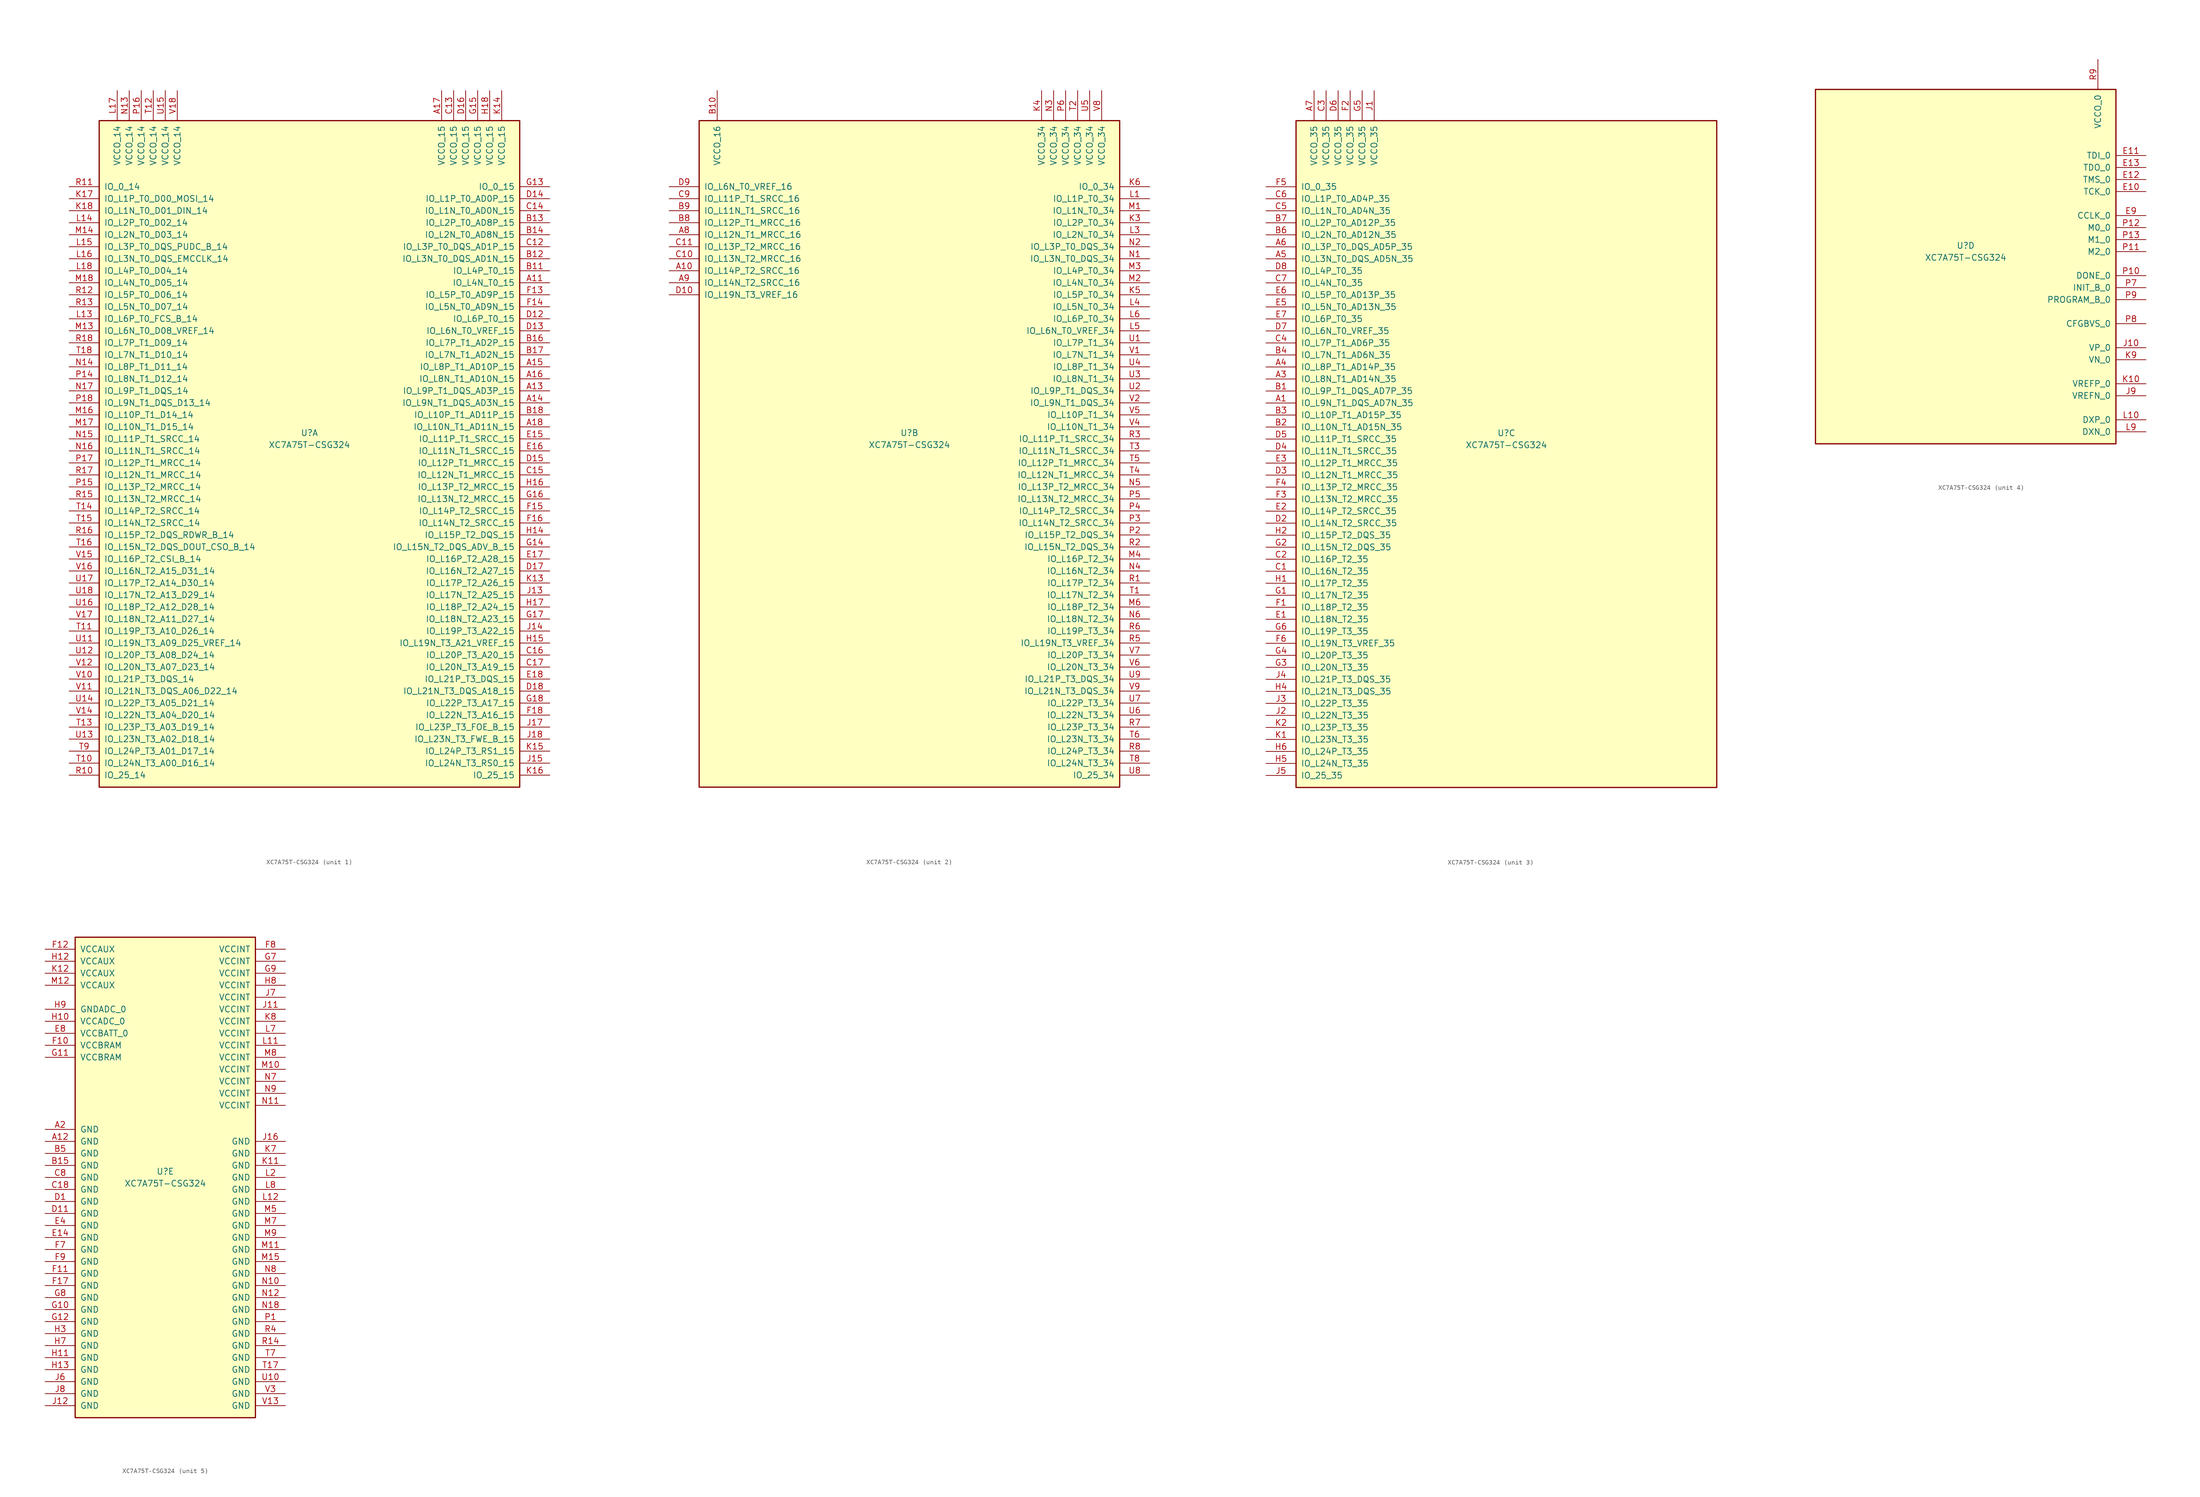
<source format=kicad_sym>
(kicad_symbol_lib
  (version 20201005)
  (generator kicad_symbol_editor)
  (symbol "XC7A75T-CSG324"
    (pin_names
      (offset 1.016))
    (property "Reference" "U"
      (at 0 1.27 0)
      (effects (font (size 1.27 1.27))))
    (property "Value" "XC7A75T-CSG324"
      (at 0 -1.27 0)
      (effects (font (size 1.27 1.27))))
    (property "Datasheet" ""
      (at 0 0 0)
      (effects (font (size 1.27 1.27))))
    (property "ki_locked" ""
      (at 0 0 0)
      (effects (font (size 1.27 1.27))))
    (symbol "XC7A75T-CSG324_1_1"
      (rectangle (start -44.45 67.31) (end 44.45 -73.66) (stroke (width 0.254)) (fill (type background)))
      (pin power_in line (at -40.64 73.66 270) (length 6.35) (name "VCCO_14" (effects (font (size 1.27 1.27)))) (number "L17" (effects (font (size 1.27 1.27)))))
      (pin power_in line (at -38.1 73.66 270) (length 6.35) (name "VCCO_14" (effects (font (size 1.27 1.27)))) (number "N13" (effects (font (size 1.27 1.27)))))
      (pin power_in line (at -35.56 73.66 270) (length 6.35) (name "VCCO_14" (effects (font (size 1.27 1.27)))) (number "P16" (effects (font (size 1.27 1.27)))))
      (pin power_in line (at -33.02 73.66 270) (length 6.35) (name "VCCO_14" (effects (font (size 1.27 1.27)))) (number "T12" (effects (font (size 1.27 1.27)))))
      (pin power_in line (at -30.48 73.66 270) (length 6.35) (name "VCCO_14" (effects (font (size 1.27 1.27)))) (number "U15" (effects (font (size 1.27 1.27)))))
      (pin power_in line (at -27.94 73.66 270) (length 6.35) (name "VCCO_14" (effects (font (size 1.27 1.27)))) (number "V18" (effects (font (size 1.27 1.27)))))
      (pin bidirectional line (at -50.8 53.34 0) (length 6.35) (name "IO_0_14" (effects (font (size 1.27 1.27)))) (number "R11" (effects (font (size 1.27 1.27)))))
      (pin bidirectional line (at -50.8 50.8 0) (length 6.35) (name "IO_L1P_T0_D00_MOSI_14" (effects (font (size 1.27 1.27)))) (number "K17" (effects (font (size 1.27 1.27)))))
      (pin bidirectional line (at -50.8 48.26 0) (length 6.35) (name "IO_L1N_T0_D01_DIN_14" (effects (font (size 1.27 1.27)))) (number "K18" (effects (font (size 1.27 1.27)))))
      (pin bidirectional line (at -50.8 45.72 0) (length 6.35) (name "IO_L2P_T0_D02_14" (effects (font (size 1.27 1.27)))) (number "L14" (effects (font (size 1.27 1.27)))))
      (pin bidirectional line (at -50.8 43.18 0) (length 6.35) (name "IO_L2N_T0_D03_14" (effects (font (size 1.27 1.27)))) (number "M14" (effects (font (size 1.27 1.27)))))
      (pin bidirectional line (at -50.8 40.64 0) (length 6.35) (name "IO_L3P_T0_DQS_PUDC_B_14" (effects (font (size 1.27 1.27)))) (number "L15" (effects (font (size 1.27 1.27)))))
      (pin bidirectional line (at -50.8 38.1 0) (length 6.35) (name "IO_L3N_T0_DQS_EMCCLK_14" (effects (font (size 1.27 1.27)))) (number "L16" (effects (font (size 1.27 1.27)))))
      (pin bidirectional line (at -50.8 35.56 0) (length 6.35) (name "IO_L4P_T0_D04_14" (effects (font (size 1.27 1.27)))) (number "L18" (effects (font (size 1.27 1.27)))))
      (pin bidirectional line (at -50.8 33.02 0) (length 6.35) (name "IO_L4N_T0_D05_14" (effects (font (size 1.27 1.27)))) (number "M18" (effects (font (size 1.27 1.27)))))
      (pin bidirectional line (at -50.8 30.48 0) (length 6.35) (name "IO_L5P_T0_D06_14" (effects (font (size 1.27 1.27)))) (number "R12" (effects (font (size 1.27 1.27)))))
      (pin bidirectional line (at -50.8 27.94 0) (length 6.35) (name "IO_L5N_T0_D07_14" (effects (font (size 1.27 1.27)))) (number "R13" (effects (font (size 1.27 1.27)))))
      (pin bidirectional line (at -50.8 25.4 0) (length 6.35) (name "IO_L6P_T0_FCS_B_14" (effects (font (size 1.27 1.27)))) (number "L13" (effects (font (size 1.27 1.27)))))
      (pin bidirectional line (at -50.8 22.86 0) (length 6.35) (name "IO_L6N_T0_D08_VREF_14" (effects (font (size 1.27 1.27)))) (number "M13" (effects (font (size 1.27 1.27)))))
      (pin bidirectional line (at -50.8 20.32 0) (length 6.35) (name "IO_L7P_T1_D09_14" (effects (font (size 1.27 1.27)))) (number "R18" (effects (font (size 1.27 1.27)))))
      (pin bidirectional line (at -50.8 17.78 0) (length 6.35) (name "IO_L7N_T1_D10_14" (effects (font (size 1.27 1.27)))) (number "T18" (effects (font (size 1.27 1.27)))))
      (pin bidirectional line (at -50.8 15.24 0) (length 6.35) (name "IO_L8P_T1_D11_14" (effects (font (size 1.27 1.27)))) (number "N14" (effects (font (size 1.27 1.27)))))
      (pin bidirectional line (at -50.8 12.7 0) (length 6.35) (name "IO_L8N_T1_D12_14" (effects (font (size 1.27 1.27)))) (number "P14" (effects (font (size 1.27 1.27)))))
      (pin bidirectional line (at -50.8 10.16 0) (length 6.35) (name "IO_L9P_T1_DQS_14" (effects (font (size 1.27 1.27)))) (number "N17" (effects (font (size 1.27 1.27)))))
      (pin bidirectional line (at -50.8 7.62 0) (length 6.35) (name "IO_L9N_T1_DQS_D13_14" (effects (font (size 1.27 1.27)))) (number "P18" (effects (font (size 1.27 1.27)))))
      (pin bidirectional line (at -50.8 5.08 0) (length 6.35) (name "IO_L10P_T1_D14_14" (effects (font (size 1.27 1.27)))) (number "M16" (effects (font (size 1.27 1.27)))))
      (pin bidirectional line (at -50.8 2.54 0) (length 6.35) (name "IO_L10N_T1_D15_14" (effects (font (size 1.27 1.27)))) (number "M17" (effects (font (size 1.27 1.27)))))
      (pin bidirectional line (at -50.8 0 0) (length 6.35) (name "IO_L11P_T1_SRCC_14" (effects (font (size 1.27 1.27)))) (number "N15" (effects (font (size 1.27 1.27)))))
      (pin bidirectional line (at -50.8 -2.54 0) (length 6.35) (name "IO_L11N_T1_SRCC_14" (effects (font (size 1.27 1.27)))) (number "N16" (effects (font (size 1.27 1.27)))))
      (pin bidirectional line (at -50.8 -5.08 0) (length 6.35) (name "IO_L12P_T1_MRCC_14" (effects (font (size 1.27 1.27)))) (number "P17" (effects (font (size 1.27 1.27)))))
      (pin bidirectional line (at -50.8 -7.62 0) (length 6.35) (name "IO_L12N_T1_MRCC_14" (effects (font (size 1.27 1.27)))) (number "R17" (effects (font (size 1.27 1.27)))))
      (pin bidirectional line (at -50.8 -10.16 0) (length 6.35) (name "IO_L13P_T2_MRCC_14" (effects (font (size 1.27 1.27)))) (number "P15" (effects (font (size 1.27 1.27)))))
      (pin bidirectional line (at -50.8 -12.7 0) (length 6.35) (name "IO_L13N_T2_MRCC_14" (effects (font (size 1.27 1.27)))) (number "R15" (effects (font (size 1.27 1.27)))))
      (pin bidirectional line (at -50.8 -15.24 0) (length 6.35) (name "IO_L14P_T2_SRCC_14" (effects (font (size 1.27 1.27)))) (number "T14" (effects (font (size 1.27 1.27)))))
      (pin bidirectional line (at -50.8 -17.78 0) (length 6.35) (name "IO_L14N_T2_SRCC_14" (effects (font (size 1.27 1.27)))) (number "T15" (effects (font (size 1.27 1.27)))))
      (pin bidirectional line (at -50.8 -20.32 0) (length 6.35) (name "IO_L15P_T2_DQS_RDWR_B_14" (effects (font (size 1.27 1.27)))) (number "R16" (effects (font (size 1.27 1.27)))))
      (pin bidirectional line (at -50.8 -22.86 0) (length 6.35) (name "IO_L15N_T2_DQS_DOUT_CSO_B_14" (effects (font (size 1.27 1.27)))) (number "T16" (effects (font (size 1.27 1.27)))))
      (pin bidirectional line (at -50.8 -25.4 0) (length 6.35) (name "IO_L16P_T2_CSI_B_14" (effects (font (size 1.27 1.27)))) (number "V15" (effects (font (size 1.27 1.27)))))
      (pin bidirectional line (at -50.8 -27.94 0) (length 6.35) (name "IO_L16N_T2_A15_D31_14" (effects (font (size 1.27 1.27)))) (number "V16" (effects (font (size 1.27 1.27)))))
      (pin bidirectional line (at -50.8 -30.48 0) (length 6.35) (name "IO_L17P_T2_A14_D30_14" (effects (font (size 1.27 1.27)))) (number "U17" (effects (font (size 1.27 1.27)))))
      (pin bidirectional line (at -50.8 -33.02 0) (length 6.35) (name "IO_L17N_T2_A13_D29_14" (effects (font (size 1.27 1.27)))) (number "U18" (effects (font (size 1.27 1.27)))))
      (pin bidirectional line (at -50.8 -35.56 0) (length 6.35) (name "IO_L18P_T2_A12_D28_14" (effects (font (size 1.27 1.27)))) (number "U16" (effects (font (size 1.27 1.27)))))
      (pin bidirectional line (at -50.8 -38.1 0) (length 6.35) (name "IO_L18N_T2_A11_D27_14" (effects (font (size 1.27 1.27)))) (number "V17" (effects (font (size 1.27 1.27)))))
      (pin bidirectional line (at -50.8 -40.64 0) (length 6.35) (name "IO_L19P_T3_A10_D26_14" (effects (font (size 1.27 1.27)))) (number "T11" (effects (font (size 1.27 1.27)))))
      (pin bidirectional line (at -50.8 -43.18 0) (length 6.35) (name "IO_L19N_T3_A09_D25_VREF_14" (effects (font (size 1.27 1.27)))) (number "U11" (effects (font (size 1.27 1.27)))))
      (pin bidirectional line (at -50.8 -45.72 0) (length 6.35) (name "IO_L20P_T3_A08_D24_14" (effects (font (size 1.27 1.27)))) (number "U12" (effects (font (size 1.27 1.27)))))
      (pin bidirectional line (at -50.8 -48.26 0) (length 6.35) (name "IO_L20N_T3_A07_D23_14" (effects (font (size 1.27 1.27)))) (number "V12" (effects (font (size 1.27 1.27)))))
      (pin bidirectional line (at -50.8 -50.8 0) (length 6.35) (name "IO_L21P_T3_DQS_14" (effects (font (size 1.27 1.27)))) (number "V10" (effects (font (size 1.27 1.27)))))
      (pin bidirectional line (at -50.8 -53.34 0) (length 6.35) (name "IO_L21N_T3_DQS_A06_D22_14" (effects (font (size 1.27 1.27)))) (number "V11" (effects (font (size 1.27 1.27)))))
      (pin bidirectional line (at -50.8 -55.88 0) (length 6.35) (name "IO_L22P_T3_A05_D21_14" (effects (font (size 1.27 1.27)))) (number "U14" (effects (font (size 1.27 1.27)))))
      (pin bidirectional line (at -50.8 -58.42 0) (length 6.35) (name "IO_L22N_T3_A04_D20_14" (effects (font (size 1.27 1.27)))) (number "V14" (effects (font (size 1.27 1.27)))))
      (pin bidirectional line (at -50.8 -60.96 0) (length 6.35) (name "IO_L23P_T3_A03_D19_14" (effects (font (size 1.27 1.27)))) (number "T13" (effects (font (size 1.27 1.27)))))
      (pin bidirectional line (at -50.8 -63.5 0) (length 6.35) (name "IO_L23N_T3_A02_D18_14" (effects (font (size 1.27 1.27)))) (number "U13" (effects (font (size 1.27 1.27)))))
      (pin bidirectional line (at -50.8 -66.04 0) (length 6.35) (name "IO_L24P_T3_A01_D17_14" (effects (font (size 1.27 1.27)))) (number "T9" (effects (font (size 1.27 1.27)))))
      (pin bidirectional line (at -50.8 -68.58 0) (length 6.35) (name "IO_L24N_T3_A00_D16_14" (effects (font (size 1.27 1.27)))) (number "T10" (effects (font (size 1.27 1.27)))))
      (pin bidirectional line (at -50.8 -71.12 0) (length 6.35) (name "IO_25_14" (effects (font (size 1.27 1.27)))) (number "R10" (effects (font (size 1.27 1.27)))))
      (pin power_in line (at 27.94 73.66 270) (length 6.35) (name "VCCO_15" (effects (font (size 1.27 1.27)))) (number "A17" (effects (font (size 1.27 1.27)))))
      (pin power_in line (at 30.48 73.66 270) (length 6.35) (name "VCCO_15" (effects (font (size 1.27 1.27)))) (number "C13" (effects (font (size 1.27 1.27)))))
      (pin power_in line (at 33.02 73.66 270) (length 6.35) (name "VCCO_15" (effects (font (size 1.27 1.27)))) (number "D16" (effects (font (size 1.27 1.27)))))
      (pin power_in line (at 35.56 73.66 270) (length 6.35) (name "VCCO_15" (effects (font (size 1.27 1.27)))) (number "G15" (effects (font (size 1.27 1.27)))))
      (pin power_in line (at 38.1 73.66 270) (length 6.35) (name "VCCO_15" (effects (font (size 1.27 1.27)))) (number "H18" (effects (font (size 1.27 1.27)))))
      (pin power_in line (at 40.64 73.66 270) (length 6.35) (name "VCCO_15" (effects (font (size 1.27 1.27)))) (number "K14" (effects (font (size 1.27 1.27)))))
      (pin bidirectional line (at 50.8 53.34 180) (length 6.35) (name "IO_0_15" (effects (font (size 1.27 1.27)))) (number "G13" (effects (font (size 1.27 1.27)))))
      (pin bidirectional line (at 50.8 50.8 180) (length 6.35) (name "IO_L1P_T0_AD0P_15" (effects (font (size 1.27 1.27)))) (number "D14" (effects (font (size 1.27 1.27)))))
      (pin bidirectional line (at 50.8 48.26 180) (length 6.35) (name "IO_L1N_T0_AD0N_15" (effects (font (size 1.27 1.27)))) (number "C14" (effects (font (size 1.27 1.27)))))
      (pin bidirectional line (at 50.8 45.72 180) (length 6.35) (name "IO_L2P_T0_AD8P_15" (effects (font (size 1.27 1.27)))) (number "B13" (effects (font (size 1.27 1.27)))))
      (pin bidirectional line (at 50.8 43.18 180) (length 6.35) (name "IO_L2N_T0_AD8N_15" (effects (font (size 1.27 1.27)))) (number "B14" (effects (font (size 1.27 1.27)))))
      (pin bidirectional line (at 50.8 40.64 180) (length 6.35) (name "IO_L3P_T0_DQS_AD1P_15" (effects (font (size 1.27 1.27)))) (number "C12" (effects (font (size 1.27 1.27)))))
      (pin bidirectional line (at 50.8 38.1 180) (length 6.35) (name "IO_L3N_T0_DQS_AD1N_15" (effects (font (size 1.27 1.27)))) (number "B12" (effects (font (size 1.27 1.27)))))
      (pin bidirectional line (at 50.8 35.56 180) (length 6.35) (name "IO_L4P_T0_15" (effects (font (size 1.27 1.27)))) (number "B11" (effects (font (size 1.27 1.27)))))
      (pin bidirectional line (at 50.8 33.02 180) (length 6.35) (name "IO_L4N_T0_15" (effects (font (size 1.27 1.27)))) (number "A11" (effects (font (size 1.27 1.27)))))
      (pin bidirectional line (at 50.8 30.48 180) (length 6.35) (name "IO_L5P_T0_AD9P_15" (effects (font (size 1.27 1.27)))) (number "F13" (effects (font (size 1.27 1.27)))))
      (pin bidirectional line (at 50.8 27.94 180) (length 6.35) (name "IO_L5N_T0_AD9N_15" (effects (font (size 1.27 1.27)))) (number "F14" (effects (font (size 1.27 1.27)))))
      (pin bidirectional line (at 50.8 25.4 180) (length 6.35) (name "IO_L6P_T0_15" (effects (font (size 1.27 1.27)))) (number "D12" (effects (font (size 1.27 1.27)))))
      (pin bidirectional line (at 50.8 22.86 180) (length 6.35) (name "IO_L6N_T0_VREF_15" (effects (font (size 1.27 1.27)))) (number "D13" (effects (font (size 1.27 1.27)))))
      (pin bidirectional line (at 50.8 20.32 180) (length 6.35) (name "IO_L7P_T1_AD2P_15" (effects (font (size 1.27 1.27)))) (number "B16" (effects (font (size 1.27 1.27)))))
      (pin bidirectional line (at 50.8 17.78 180) (length 6.35) (name "IO_L7N_T1_AD2N_15" (effects (font (size 1.27 1.27)))) (number "B17" (effects (font (size 1.27 1.27)))))
      (pin bidirectional line (at 50.8 15.24 180) (length 6.35) (name "IO_L8P_T1_AD10P_15" (effects (font (size 1.27 1.27)))) (number "A15" (effects (font (size 1.27 1.27)))))
      (pin bidirectional line (at 50.8 12.7 180) (length 6.35) (name "IO_L8N_T1_AD10N_15" (effects (font (size 1.27 1.27)))) (number "A16" (effects (font (size 1.27 1.27)))))
      (pin bidirectional line (at 50.8 10.16 180) (length 6.35) (name "IO_L9P_T1_DQS_AD3P_15" (effects (font (size 1.27 1.27)))) (number "A13" (effects (font (size 1.27 1.27)))))
      (pin bidirectional line (at 50.8 7.62 180) (length 6.35) (name "IO_L9N_T1_DQS_AD3N_15" (effects (font (size 1.27 1.27)))) (number "A14" (effects (font (size 1.27 1.27)))))
      (pin bidirectional line (at 50.8 5.08 180) (length 6.35) (name "IO_L10P_T1_AD11P_15" (effects (font (size 1.27 1.27)))) (number "B18" (effects (font (size 1.27 1.27)))))
      (pin bidirectional line (at 50.8 2.54 180) (length 6.35) (name "IO_L10N_T1_AD11N_15" (effects (font (size 1.27 1.27)))) (number "A18" (effects (font (size 1.27 1.27)))))
      (pin bidirectional line (at 50.8 0 180) (length 6.35) (name "IO_L11P_T1_SRCC_15" (effects (font (size 1.27 1.27)))) (number "E15" (effects (font (size 1.27 1.27)))))
      (pin bidirectional line (at 50.8 -2.54 180) (length 6.35) (name "IO_L11N_T1_SRCC_15" (effects (font (size 1.27 1.27)))) (number "E16" (effects (font (size 1.27 1.27)))))
      (pin bidirectional line (at 50.8 -5.08 180) (length 6.35) (name "IO_L12P_T1_MRCC_15" (effects (font (size 1.27 1.27)))) (number "D15" (effects (font (size 1.27 1.27)))))
      (pin bidirectional line (at 50.8 -7.62 180) (length 6.35) (name "IO_L12N_T1_MRCC_15" (effects (font (size 1.27 1.27)))) (number "C15" (effects (font (size 1.27 1.27)))))
      (pin bidirectional line (at 50.8 -10.16 180) (length 6.35) (name "IO_L13P_T2_MRCC_15" (effects (font (size 1.27 1.27)))) (number "H16" (effects (font (size 1.27 1.27)))))
      (pin bidirectional line (at 50.8 -12.7 180) (length 6.35) (name "IO_L13N_T2_MRCC_15" (effects (font (size 1.27 1.27)))) (number "G16" (effects (font (size 1.27 1.27)))))
      (pin bidirectional line (at 50.8 -15.24 180) (length 6.35) (name "IO_L14P_T2_SRCC_15" (effects (font (size 1.27 1.27)))) (number "F15" (effects (font (size 1.27 1.27)))))
      (pin bidirectional line (at 50.8 -17.78 180) (length 6.35) (name "IO_L14N_T2_SRCC_15" (effects (font (size 1.27 1.27)))) (number "F16" (effects (font (size 1.27 1.27)))))
      (pin bidirectional line (at 50.8 -20.32 180) (length 6.35) (name "IO_L15P_T2_DQS_15" (effects (font (size 1.27 1.27)))) (number "H14" (effects (font (size 1.27 1.27)))))
      (pin bidirectional line (at 50.8 -22.86 180) (length 6.35) (name "IO_L15N_T2_DQS_ADV_B_15" (effects (font (size 1.27 1.27)))) (number "G14" (effects (font (size 1.27 1.27)))))
      (pin bidirectional line (at 50.8 -25.4 180) (length 6.35) (name "IO_L16P_T2_A28_15" (effects (font (size 1.27 1.27)))) (number "E17" (effects (font (size 1.27 1.27)))))
      (pin bidirectional line (at 50.8 -27.94 180) (length 6.35) (name "IO_L16N_T2_A27_15" (effects (font (size 1.27 1.27)))) (number "D17" (effects (font (size 1.27 1.27)))))
      (pin bidirectional line (at 50.8 -30.48 180) (length 6.35) (name "IO_L17P_T2_A26_15" (effects (font (size 1.27 1.27)))) (number "K13" (effects (font (size 1.27 1.27)))))
      (pin bidirectional line (at 50.8 -33.02 180) (length 6.35) (name "IO_L17N_T2_A25_15" (effects (font (size 1.27 1.27)))) (number "J13" (effects (font (size 1.27 1.27)))))
      (pin bidirectional line (at 50.8 -35.56 180) (length 6.35) (name "IO_L18P_T2_A24_15" (effects (font (size 1.27 1.27)))) (number "H17" (effects (font (size 1.27 1.27)))))
      (pin bidirectional line (at 50.8 -38.1 180) (length 6.35) (name "IO_L18N_T2_A23_15" (effects (font (size 1.27 1.27)))) (number "G17" (effects (font (size 1.27 1.27)))))
      (pin bidirectional line (at 50.8 -40.64 180) (length 6.35) (name "IO_L19P_T3_A22_15" (effects (font (size 1.27 1.27)))) (number "J14" (effects (font (size 1.27 1.27)))))
      (pin bidirectional line (at 50.8 -43.18 180) (length 6.35) (name "IO_L19N_T3_A21_VREF_15" (effects (font (size 1.27 1.27)))) (number "H15" (effects (font (size 1.27 1.27)))))
      (pin bidirectional line (at 50.8 -45.72 180) (length 6.35) (name "IO_L20P_T3_A20_15" (effects (font (size 1.27 1.27)))) (number "C16" (effects (font (size 1.27 1.27)))))
      (pin bidirectional line (at 50.8 -48.26 180) (length 6.35) (name "IO_L20N_T3_A19_15" (effects (font (size 1.27 1.27)))) (number "C17" (effects (font (size 1.27 1.27)))))
      (pin bidirectional line (at 50.8 -50.8 180) (length 6.35) (name "IO_L21P_T3_DQS_15" (effects (font (size 1.27 1.27)))) (number "E18" (effects (font (size 1.27 1.27)))))
      (pin bidirectional line (at 50.8 -53.34 180) (length 6.35) (name "IO_L21N_T3_DQS_A18_15" (effects (font (size 1.27 1.27)))) (number "D18" (effects (font (size 1.27 1.27)))))
      (pin bidirectional line (at 50.8 -55.88 180) (length 6.35) (name "IO_L22P_T3_A17_15" (effects (font (size 1.27 1.27)))) (number "G18" (effects (font (size 1.27 1.27)))))
      (pin bidirectional line (at 50.8 -58.42 180) (length 6.35) (name "IO_L22N_T3_A16_15" (effects (font (size 1.27 1.27)))) (number "F18" (effects (font (size 1.27 1.27)))))
      (pin bidirectional line (at 50.8 -60.96 180) (length 6.35) (name "IO_L23P_T3_FOE_B_15" (effects (font (size 1.27 1.27)))) (number "J17" (effects (font (size 1.27 1.27)))))
      (pin bidirectional line (at 50.8 -63.5 180) (length 6.35) (name "IO_L23N_T3_FWE_B_15" (effects (font (size 1.27 1.27)))) (number "J18" (effects (font (size 1.27 1.27)))))
      (pin bidirectional line (at 50.8 -66.04 180) (length 6.35) (name "IO_L24P_T3_RS1_15" (effects (font (size 1.27 1.27)))) (number "K15" (effects (font (size 1.27 1.27)))))
      (pin bidirectional line (at 50.8 -68.58 180) (length 6.35) (name "IO_L24N_T3_RS0_15" (effects (font (size 1.27 1.27)))) (number "J15" (effects (font (size 1.27 1.27)))))
      (pin bidirectional line (at 50.8 -71.12 180) (length 6.35) (name "IO_25_15" (effects (font (size 1.27 1.27)))) (number "K16" (effects (font (size 1.27 1.27))))))
    (symbol "XC7A75T-CSG324_2_1"
      (rectangle (start -44.45 67.31) (end 44.45 -73.66) (stroke (width 0.254)) (fill (type background)))
      (pin power_in line (at -40.64 73.66 270) (length 6.35) (name "VCCO_16" (effects (font (size 1.27 1.27)))) (number "B10" (effects (font (size 1.27 1.27)))))
      (pin bidirectional line (at -50.8 53.34 0) (length 6.35) (name "IO_L6N_T0_VREF_16" (effects (font (size 1.27 1.27)))) (number "D9" (effects (font (size 1.27 1.27)))))
      (pin bidirectional line (at -50.8 50.8 0) (length 6.35) (name "IO_L11P_T1_SRCC_16" (effects (font (size 1.27 1.27)))) (number "C9" (effects (font (size 1.27 1.27)))))
      (pin bidirectional line (at -50.8 48.26 0) (length 6.35) (name "IO_L11N_T1_SRCC_16" (effects (font (size 1.27 1.27)))) (number "B9" (effects (font (size 1.27 1.27)))))
      (pin bidirectional line (at -50.8 45.72 0) (length 6.35) (name "IO_L12P_T1_MRCC_16" (effects (font (size 1.27 1.27)))) (number "B8" (effects (font (size 1.27 1.27)))))
      (pin bidirectional line (at -50.8 43.18 0) (length 6.35) (name "IO_L12N_T1_MRCC_16" (effects (font (size 1.27 1.27)))) (number "A8" (effects (font (size 1.27 1.27)))))
      (pin bidirectional line (at -50.8 40.64 0) (length 6.35) (name "IO_L13P_T2_MRCC_16" (effects (font (size 1.27 1.27)))) (number "C11" (effects (font (size 1.27 1.27)))))
      (pin bidirectional line (at -50.8 38.1 0) (length 6.35) (name "IO_L13N_T2_MRCC_16" (effects (font (size 1.27 1.27)))) (number "C10" (effects (font (size 1.27 1.27)))))
      (pin bidirectional line (at -50.8 35.56 0) (length 6.35) (name "IO_L14P_T2_SRCC_16" (effects (font (size 1.27 1.27)))) (number "A10" (effects (font (size 1.27 1.27)))))
      (pin bidirectional line (at -50.8 33.02 0) (length 6.35) (name "IO_L14N_T2_SRCC_16" (effects (font (size 1.27 1.27)))) (number "A9" (effects (font (size 1.27 1.27)))))
      (pin bidirectional line (at -50.8 30.48 0) (length 6.35) (name "IO_L19N_T3_VREF_16" (effects (font (size 1.27 1.27)))) (number "D10" (effects (font (size 1.27 1.27)))))
      (pin power_in line (at 27.94 73.66 270) (length 6.35) (name "VCCO_34" (effects (font (size 1.27 1.27)))) (number "K4" (effects (font (size 1.27 1.27)))))
      (pin power_in line (at 30.48 73.66 270) (length 6.35) (name "VCCO_34" (effects (font (size 1.27 1.27)))) (number "N3" (effects (font (size 1.27 1.27)))))
      (pin power_in line (at 33.02 73.66 270) (length 6.35) (name "VCCO_34" (effects (font (size 1.27 1.27)))) (number "P6" (effects (font (size 1.27 1.27)))))
      (pin power_in line (at 35.56 73.66 270) (length 6.35) (name "VCCO_34" (effects (font (size 1.27 1.27)))) (number "T2" (effects (font (size 1.27 1.27)))))
      (pin power_in line (at 38.1 73.66 270) (length 6.35) (name "VCCO_34" (effects (font (size 1.27 1.27)))) (number "U5" (effects (font (size 1.27 1.27)))))
      (pin power_in line (at 40.64 73.66 270) (length 6.35) (name "VCCO_34" (effects (font (size 1.27 1.27)))) (number "V8" (effects (font (size 1.27 1.27)))))
      (pin bidirectional line (at 50.8 53.34 180) (length 6.35) (name "IO_0_34" (effects (font (size 1.27 1.27)))) (number "K6" (effects (font (size 1.27 1.27)))))
      (pin bidirectional line (at 50.8 50.8 180) (length 6.35) (name "IO_L1P_T0_34" (effects (font (size 1.27 1.27)))) (number "L1" (effects (font (size 1.27 1.27)))))
      (pin bidirectional line (at 50.8 48.26 180) (length 6.35) (name "IO_L1N_T0_34" (effects (font (size 1.27 1.27)))) (number "M1" (effects (font (size 1.27 1.27)))))
      (pin bidirectional line (at 50.8 45.72 180) (length 6.35) (name "IO_L2P_T0_34" (effects (font (size 1.27 1.27)))) (number "K3" (effects (font (size 1.27 1.27)))))
      (pin bidirectional line (at 50.8 43.18 180) (length 6.35) (name "IO_L2N_T0_34" (effects (font (size 1.27 1.27)))) (number "L3" (effects (font (size 1.27 1.27)))))
      (pin bidirectional line (at 50.8 40.64 180) (length 6.35) (name "IO_L3P_T0_DQS_34" (effects (font (size 1.27 1.27)))) (number "N2" (effects (font (size 1.27 1.27)))))
      (pin bidirectional line (at 50.8 38.1 180) (length 6.35) (name "IO_L3N_T0_DQS_34" (effects (font (size 1.27 1.27)))) (number "N1" (effects (font (size 1.27 1.27)))))
      (pin bidirectional line (at 50.8 35.56 180) (length 6.35) (name "IO_L4P_T0_34" (effects (font (size 1.27 1.27)))) (number "M3" (effects (font (size 1.27 1.27)))))
      (pin bidirectional line (at 50.8 33.02 180) (length 6.35) (name "IO_L4N_T0_34" (effects (font (size 1.27 1.27)))) (number "M2" (effects (font (size 1.27 1.27)))))
      (pin bidirectional line (at 50.8 30.48 180) (length 6.35) (name "IO_L5P_T0_34" (effects (font (size 1.27 1.27)))) (number "K5" (effects (font (size 1.27 1.27)))))
      (pin bidirectional line (at 50.8 27.94 180) (length 6.35) (name "IO_L5N_T0_34" (effects (font (size 1.27 1.27)))) (number "L4" (effects (font (size 1.27 1.27)))))
      (pin bidirectional line (at 50.8 25.4 180) (length 6.35) (name "IO_L6P_T0_34" (effects (font (size 1.27 1.27)))) (number "L6" (effects (font (size 1.27 1.27)))))
      (pin bidirectional line (at 50.8 22.86 180) (length 6.35) (name "IO_L6N_T0_VREF_34" (effects (font (size 1.27 1.27)))) (number "L5" (effects (font (size 1.27 1.27)))))
      (pin bidirectional line (at 50.8 20.32 180) (length 6.35) (name "IO_L7P_T1_34" (effects (font (size 1.27 1.27)))) (number "U1" (effects (font (size 1.27 1.27)))))
      (pin bidirectional line (at 50.8 17.78 180) (length 6.35) (name "IO_L7N_T1_34" (effects (font (size 1.27 1.27)))) (number "V1" (effects (font (size 1.27 1.27)))))
      (pin bidirectional line (at 50.8 15.24 180) (length 6.35) (name "IO_L8P_T1_34" (effects (font (size 1.27 1.27)))) (number "U4" (effects (font (size 1.27 1.27)))))
      (pin bidirectional line (at 50.8 12.7 180) (length 6.35) (name "IO_L8N_T1_34" (effects (font (size 1.27 1.27)))) (number "U3" (effects (font (size 1.27 1.27)))))
      (pin bidirectional line (at 50.8 10.16 180) (length 6.35) (name "IO_L9P_T1_DQS_34" (effects (font (size 1.27 1.27)))) (number "U2" (effects (font (size 1.27 1.27)))))
      (pin bidirectional line (at 50.8 7.62 180) (length 6.35) (name "IO_L9N_T1_DQS_34" (effects (font (size 1.27 1.27)))) (number "V2" (effects (font (size 1.27 1.27)))))
      (pin bidirectional line (at 50.8 5.08 180) (length 6.35) (name "IO_L10P_T1_34" (effects (font (size 1.27 1.27)))) (number "V5" (effects (font (size 1.27 1.27)))))
      (pin bidirectional line (at 50.8 2.54 180) (length 6.35) (name "IO_L10N_T1_34" (effects (font (size 1.27 1.27)))) (number "V4" (effects (font (size 1.27 1.27)))))
      (pin bidirectional line (at 50.8 0 180) (length 6.35) (name "IO_L11P_T1_SRCC_34" (effects (font (size 1.27 1.27)))) (number "R3" (effects (font (size 1.27 1.27)))))
      (pin bidirectional line (at 50.8 -2.54 180) (length 6.35) (name "IO_L11N_T1_SRCC_34" (effects (font (size 1.27 1.27)))) (number "T3" (effects (font (size 1.27 1.27)))))
      (pin bidirectional line (at 50.8 -5.08 180) (length 6.35) (name "IO_L12P_T1_MRCC_34" (effects (font (size 1.27 1.27)))) (number "T5" (effects (font (size 1.27 1.27)))))
      (pin bidirectional line (at 50.8 -7.62 180) (length 6.35) (name "IO_L12N_T1_MRCC_34" (effects (font (size 1.27 1.27)))) (number "T4" (effects (font (size 1.27 1.27)))))
      (pin bidirectional line (at 50.8 -10.16 180) (length 6.35) (name "IO_L13P_T2_MRCC_34" (effects (font (size 1.27 1.27)))) (number "N5" (effects (font (size 1.27 1.27)))))
      (pin bidirectional line (at 50.8 -12.7 180) (length 6.35) (name "IO_L13N_T2_MRCC_34" (effects (font (size 1.27 1.27)))) (number "P5" (effects (font (size 1.27 1.27)))))
      (pin bidirectional line (at 50.8 -15.24 180) (length 6.35) (name "IO_L14P_T2_SRCC_34" (effects (font (size 1.27 1.27)))) (number "P4" (effects (font (size 1.27 1.27)))))
      (pin bidirectional line (at 50.8 -17.78 180) (length 6.35) (name "IO_L14N_T2_SRCC_34" (effects (font (size 1.27 1.27)))) (number "P3" (effects (font (size 1.27 1.27)))))
      (pin bidirectional line (at 50.8 -20.32 180) (length 6.35) (name "IO_L15P_T2_DQS_34" (effects (font (size 1.27 1.27)))) (number "P2" (effects (font (size 1.27 1.27)))))
      (pin bidirectional line (at 50.8 -22.86 180) (length 6.35) (name "IO_L15N_T2_DQS_34" (effects (font (size 1.27 1.27)))) (number "R2" (effects (font (size 1.27 1.27)))))
      (pin bidirectional line (at 50.8 -25.4 180) (length 6.35) (name "IO_L16P_T2_34" (effects (font (size 1.27 1.27)))) (number "M4" (effects (font (size 1.27 1.27)))))
      (pin bidirectional line (at 50.8 -27.94 180) (length 6.35) (name "IO_L16N_T2_34" (effects (font (size 1.27 1.27)))) (number "N4" (effects (font (size 1.27 1.27)))))
      (pin bidirectional line (at 50.8 -30.48 180) (length 6.35) (name "IO_L17P_T2_34" (effects (font (size 1.27 1.27)))) (number "R1" (effects (font (size 1.27 1.27)))))
      (pin bidirectional line (at 50.8 -33.02 180) (length 6.35) (name "IO_L17N_T2_34" (effects (font (size 1.27 1.27)))) (number "T1" (effects (font (size 1.27 1.27)))))
      (pin bidirectional line (at 50.8 -35.56 180) (length 6.35) (name "IO_L18P_T2_34" (effects (font (size 1.27 1.27)))) (number "M6" (effects (font (size 1.27 1.27)))))
      (pin bidirectional line (at 50.8 -38.1 180) (length 6.35) (name "IO_L18N_T2_34" (effects (font (size 1.27 1.27)))) (number "N6" (effects (font (size 1.27 1.27)))))
      (pin bidirectional line (at 50.8 -40.64 180) (length 6.35) (name "IO_L19P_T3_34" (effects (font (size 1.27 1.27)))) (number "R6" (effects (font (size 1.27 1.27)))))
      (pin bidirectional line (at 50.8 -43.18 180) (length 6.35) (name "IO_L19N_T3_VREF_34" (effects (font (size 1.27 1.27)))) (number "R5" (effects (font (size 1.27 1.27)))))
      (pin bidirectional line (at 50.8 -45.72 180) (length 6.35) (name "IO_L20P_T3_34" (effects (font (size 1.27 1.27)))) (number "V7" (effects (font (size 1.27 1.27)))))
      (pin bidirectional line (at 50.8 -48.26 180) (length 6.35) (name "IO_L20N_T3_34" (effects (font (size 1.27 1.27)))) (number "V6" (effects (font (size 1.27 1.27)))))
      (pin bidirectional line (at 50.8 -50.8 180) (length 6.35) (name "IO_L21P_T3_DQS_34" (effects (font (size 1.27 1.27)))) (number "U9" (effects (font (size 1.27 1.27)))))
      (pin bidirectional line (at 50.8 -53.34 180) (length 6.35) (name "IO_L21N_T3_DQS_34" (effects (font (size 1.27 1.27)))) (number "V9" (effects (font (size 1.27 1.27)))))
      (pin bidirectional line (at 50.8 -55.88 180) (length 6.35) (name "IO_L22P_T3_34" (effects (font (size 1.27 1.27)))) (number "U7" (effects (font (size 1.27 1.27)))))
      (pin bidirectional line (at 50.8 -58.42 180) (length 6.35) (name "IO_L22N_T3_34" (effects (font (size 1.27 1.27)))) (number "U6" (effects (font (size 1.27 1.27)))))
      (pin bidirectional line (at 50.8 -60.96 180) (length 6.35) (name "IO_L23P_T3_34" (effects (font (size 1.27 1.27)))) (number "R7" (effects (font (size 1.27 1.27)))))
      (pin bidirectional line (at 50.8 -63.5 180) (length 6.35) (name "IO_L23N_T3_34" (effects (font (size 1.27 1.27)))) (number "T6" (effects (font (size 1.27 1.27)))))
      (pin bidirectional line (at 50.8 -66.04 180) (length 6.35) (name "IO_L24P_T3_34" (effects (font (size 1.27 1.27)))) (number "R8" (effects (font (size 1.27 1.27)))))
      (pin bidirectional line (at 50.8 -68.58 180) (length 6.35) (name "IO_L24N_T3_34" (effects (font (size 1.27 1.27)))) (number "T8" (effects (font (size 1.27 1.27)))))
      (pin bidirectional line (at 50.8 -71.12 180) (length 6.35) (name "IO_25_34" (effects (font (size 1.27 1.27)))) (number "U8" (effects (font (size 1.27 1.27))))))
    (symbol "XC7A75T-CSG324_3_1"
      (rectangle (start -44.45 67.31) (end 44.45 -73.66) (stroke (width 0.254)) (fill (type background)))
      (pin power_in line (at -40.64 73.66 270) (length 6.35) (name "VCCO_35" (effects (font (size 1.27 1.27)))) (number "A7" (effects (font (size 1.27 1.27)))))
      (pin power_in line (at -38.1 73.66 270) (length 6.35) (name "VCCO_35" (effects (font (size 1.27 1.27)))) (number "C3" (effects (font (size 1.27 1.27)))))
      (pin power_in line (at -35.56 73.66 270) (length 6.35) (name "VCCO_35" (effects (font (size 1.27 1.27)))) (number "D6" (effects (font (size 1.27 1.27)))))
      (pin power_in line (at -33.02 73.66 270) (length 6.35) (name "VCCO_35" (effects (font (size 1.27 1.27)))) (number "F2" (effects (font (size 1.27 1.27)))))
      (pin power_in line (at -30.48 73.66 270) (length 6.35) (name "VCCO_35" (effects (font (size 1.27 1.27)))) (number "G5" (effects (font (size 1.27 1.27)))))
      (pin power_in line (at -27.94 73.66 270) (length 6.35) (name "VCCO_35" (effects (font (size 1.27 1.27)))) (number "J1" (effects (font (size 1.27 1.27)))))
      (pin bidirectional line (at -50.8 53.34 0) (length 6.35) (name "IO_0_35" (effects (font (size 1.27 1.27)))) (number "F5" (effects (font (size 1.27 1.27)))))
      (pin bidirectional line (at -50.8 50.8 0) (length 6.35) (name "IO_L1P_T0_AD4P_35" (effects (font (size 1.27 1.27)))) (number "C6" (effects (font (size 1.27 1.27)))))
      (pin bidirectional line (at -50.8 48.26 0) (length 6.35) (name "IO_L1N_T0_AD4N_35" (effects (font (size 1.27 1.27)))) (number "C5" (effects (font (size 1.27 1.27)))))
      (pin bidirectional line (at -50.8 45.72 0) (length 6.35) (name "IO_L2P_T0_AD12P_35" (effects (font (size 1.27 1.27)))) (number "B7" (effects (font (size 1.27 1.27)))))
      (pin bidirectional line (at -50.8 43.18 0) (length 6.35) (name "IO_L2N_T0_AD12N_35" (effects (font (size 1.27 1.27)))) (number "B6" (effects (font (size 1.27 1.27)))))
      (pin bidirectional line (at -50.8 40.64 0) (length 6.35) (name "IO_L3P_T0_DQS_AD5P_35" (effects (font (size 1.27 1.27)))) (number "A6" (effects (font (size 1.27 1.27)))))
      (pin bidirectional line (at -50.8 38.1 0) (length 6.35) (name "IO_L3N_T0_DQS_AD5N_35" (effects (font (size 1.27 1.27)))) (number "A5" (effects (font (size 1.27 1.27)))))
      (pin bidirectional line (at -50.8 35.56 0) (length 6.35) (name "IO_L4P_T0_35" (effects (font (size 1.27 1.27)))) (number "D8" (effects (font (size 1.27 1.27)))))
      (pin bidirectional line (at -50.8 33.02 0) (length 6.35) (name "IO_L4N_T0_35" (effects (font (size 1.27 1.27)))) (number "C7" (effects (font (size 1.27 1.27)))))
      (pin bidirectional line (at -50.8 30.48 0) (length 6.35) (name "IO_L5P_T0_AD13P_35" (effects (font (size 1.27 1.27)))) (number "E6" (effects (font (size 1.27 1.27)))))
      (pin bidirectional line (at -50.8 27.94 0) (length 6.35) (name "IO_L5N_T0_AD13N_35" (effects (font (size 1.27 1.27)))) (number "E5" (effects (font (size 1.27 1.27)))))
      (pin bidirectional line (at -50.8 25.4 0) (length 6.35) (name "IO_L6P_T0_35" (effects (font (size 1.27 1.27)))) (number "E7" (effects (font (size 1.27 1.27)))))
      (pin bidirectional line (at -50.8 22.86 0) (length 6.35) (name "IO_L6N_T0_VREF_35" (effects (font (size 1.27 1.27)))) (number "D7" (effects (font (size 1.27 1.27)))))
      (pin bidirectional line (at -50.8 20.32 0) (length 6.35) (name "IO_L7P_T1_AD6P_35" (effects (font (size 1.27 1.27)))) (number "C4" (effects (font (size 1.27 1.27)))))
      (pin bidirectional line (at -50.8 17.78 0) (length 6.35) (name "IO_L7N_T1_AD6N_35" (effects (font (size 1.27 1.27)))) (number "B4" (effects (font (size 1.27 1.27)))))
      (pin bidirectional line (at -50.8 15.24 0) (length 6.35) (name "IO_L8P_T1_AD14P_35" (effects (font (size 1.27 1.27)))) (number "A4" (effects (font (size 1.27 1.27)))))
      (pin bidirectional line (at -50.8 12.7 0) (length 6.35) (name "IO_L8N_T1_AD14N_35" (effects (font (size 1.27 1.27)))) (number "A3" (effects (font (size 1.27 1.27)))))
      (pin bidirectional line (at -50.8 10.16 0) (length 6.35) (name "IO_L9P_T1_DQS_AD7P_35" (effects (font (size 1.27 1.27)))) (number "B1" (effects (font (size 1.27 1.27)))))
      (pin bidirectional line (at -50.8 7.62 0) (length 6.35) (name "IO_L9N_T1_DQS_AD7N_35" (effects (font (size 1.27 1.27)))) (number "A1" (effects (font (size 1.27 1.27)))))
      (pin bidirectional line (at -50.8 5.08 0) (length 6.35) (name "IO_L10P_T1_AD15P_35" (effects (font (size 1.27 1.27)))) (number "B3" (effects (font (size 1.27 1.27)))))
      (pin bidirectional line (at -50.8 2.54 0) (length 6.35) (name "IO_L10N_T1_AD15N_35" (effects (font (size 1.27 1.27)))) (number "B2" (effects (font (size 1.27 1.27)))))
      (pin bidirectional line (at -50.8 0 0) (length 6.35) (name "IO_L11P_T1_SRCC_35" (effects (font (size 1.27 1.27)))) (number "D5" (effects (font (size 1.27 1.27)))))
      (pin bidirectional line (at -50.8 -2.54 0) (length 6.35) (name "IO_L11N_T1_SRCC_35" (effects (font (size 1.27 1.27)))) (number "D4" (effects (font (size 1.27 1.27)))))
      (pin bidirectional line (at -50.8 -5.08 0) (length 6.35) (name "IO_L12P_T1_MRCC_35" (effects (font (size 1.27 1.27)))) (number "E3" (effects (font (size 1.27 1.27)))))
      (pin bidirectional line (at -50.8 -7.62 0) (length 6.35) (name "IO_L12N_T1_MRCC_35" (effects (font (size 1.27 1.27)))) (number "D3" (effects (font (size 1.27 1.27)))))
      (pin bidirectional line (at -50.8 -10.16 0) (length 6.35) (name "IO_L13P_T2_MRCC_35" (effects (font (size 1.27 1.27)))) (number "F4" (effects (font (size 1.27 1.27)))))
      (pin bidirectional line (at -50.8 -12.7 0) (length 6.35) (name "IO_L13N_T2_MRCC_35" (effects (font (size 1.27 1.27)))) (number "F3" (effects (font (size 1.27 1.27)))))
      (pin bidirectional line (at -50.8 -15.24 0) (length 6.35) (name "IO_L14P_T2_SRCC_35" (effects (font (size 1.27 1.27)))) (number "E2" (effects (font (size 1.27 1.27)))))
      (pin bidirectional line (at -50.8 -17.78 0) (length 6.35) (name "IO_L14N_T2_SRCC_35" (effects (font (size 1.27 1.27)))) (number "D2" (effects (font (size 1.27 1.27)))))
      (pin bidirectional line (at -50.8 -20.32 0) (length 6.35) (name "IO_L15P_T2_DQS_35" (effects (font (size 1.27 1.27)))) (number "H2" (effects (font (size 1.27 1.27)))))
      (pin bidirectional line (at -50.8 -22.86 0) (length 6.35) (name "IO_L15N_T2_DQS_35" (effects (font (size 1.27 1.27)))) (number "G2" (effects (font (size 1.27 1.27)))))
      (pin bidirectional line (at -50.8 -25.4 0) (length 6.35) (name "IO_L16P_T2_35" (effects (font (size 1.27 1.27)))) (number "C2" (effects (font (size 1.27 1.27)))))
      (pin bidirectional line (at -50.8 -27.94 0) (length 6.35) (name "IO_L16N_T2_35" (effects (font (size 1.27 1.27)))) (number "C1" (effects (font (size 1.27 1.27)))))
      (pin bidirectional line (at -50.8 -30.48 0) (length 6.35) (name "IO_L17P_T2_35" (effects (font (size 1.27 1.27)))) (number "H1" (effects (font (size 1.27 1.27)))))
      (pin bidirectional line (at -50.8 -33.02 0) (length 6.35) (name "IO_L17N_T2_35" (effects (font (size 1.27 1.27)))) (number "G1" (effects (font (size 1.27 1.27)))))
      (pin bidirectional line (at -50.8 -35.56 0) (length 6.35) (name "IO_L18P_T2_35" (effects (font (size 1.27 1.27)))) (number "F1" (effects (font (size 1.27 1.27)))))
      (pin bidirectional line (at -50.8 -38.1 0) (length 6.35) (name "IO_L18N_T2_35" (effects (font (size 1.27 1.27)))) (number "E1" (effects (font (size 1.27 1.27)))))
      (pin bidirectional line (at -50.8 -40.64 0) (length 6.35) (name "IO_L19P_T3_35" (effects (font (size 1.27 1.27)))) (number "G6" (effects (font (size 1.27 1.27)))))
      (pin bidirectional line (at -50.8 -43.18 0) (length 6.35) (name "IO_L19N_T3_VREF_35" (effects (font (size 1.27 1.27)))) (number "F6" (effects (font (size 1.27 1.27)))))
      (pin bidirectional line (at -50.8 -45.72 0) (length 6.35) (name "IO_L20P_T3_35" (effects (font (size 1.27 1.27)))) (number "G4" (effects (font (size 1.27 1.27)))))
      (pin bidirectional line (at -50.8 -48.26 0) (length 6.35) (name "IO_L20N_T3_35" (effects (font (size 1.27 1.27)))) (number "G3" (effects (font (size 1.27 1.27)))))
      (pin bidirectional line (at -50.8 -50.8 0) (length 6.35) (name "IO_L21P_T3_DQS_35" (effects (font (size 1.27 1.27)))) (number "J4" (effects (font (size 1.27 1.27)))))
      (pin bidirectional line (at -50.8 -53.34 0) (length 6.35) (name "IO_L21N_T3_DQS_35" (effects (font (size 1.27 1.27)))) (number "H4" (effects (font (size 1.27 1.27)))))
      (pin bidirectional line (at -50.8 -55.88 0) (length 6.35) (name "IO_L22P_T3_35" (effects (font (size 1.27 1.27)))) (number "J3" (effects (font (size 1.27 1.27)))))
      (pin bidirectional line (at -50.8 -58.42 0) (length 6.35) (name "IO_L22N_T3_35" (effects (font (size 1.27 1.27)))) (number "J2" (effects (font (size 1.27 1.27)))))
      (pin bidirectional line (at -50.8 -60.96 0) (length 6.35) (name "IO_L23P_T3_35" (effects (font (size 1.27 1.27)))) (number "K2" (effects (font (size 1.27 1.27)))))
      (pin bidirectional line (at -50.8 -63.5 0) (length 6.35) (name "IO_L23N_T3_35" (effects (font (size 1.27 1.27)))) (number "K1" (effects (font (size 1.27 1.27)))))
      (pin bidirectional line (at -50.8 -66.04 0) (length 6.35) (name "IO_L24P_T3_35" (effects (font (size 1.27 1.27)))) (number "H6" (effects (font (size 1.27 1.27)))))
      (pin bidirectional line (at -50.8 -68.58 0) (length 6.35) (name "IO_L24N_T3_35" (effects (font (size 1.27 1.27)))) (number "H5" (effects (font (size 1.27 1.27)))))
      (pin bidirectional line (at -50.8 -71.12 0) (length 6.35) (name "IO_25_35" (effects (font (size 1.27 1.27)))) (number "J5" (effects (font (size 1.27 1.27))))))
    (symbol "XC7A75T-CSG324_4_1"
      (rectangle (start -31.75 34.29) (end 31.75 -40.64) (stroke (width 0.254)) (fill (type background)))
      (pin power_in line (at 27.94 40.64 270) (length 6.35) (name "VCCO_0" (effects (font (size 1.27 1.27)))) (number "R9" (effects (font (size 1.27 1.27)))))
      (pin bidirectional line (at 38.1 20.32 180) (length 6.35) (name "TDI_0" (effects (font (size 1.27 1.27)))) (number "E11" (effects (font (size 1.27 1.27)))))
      (pin bidirectional line (at 38.1 17.78 180) (length 6.35) (name "TDO_0" (effects (font (size 1.27 1.27)))) (number "E13" (effects (font (size 1.27 1.27)))))
      (pin bidirectional line (at 38.1 15.24 180) (length 6.35) (name "TMS_0" (effects (font (size 1.27 1.27)))) (number "E12" (effects (font (size 1.27 1.27)))))
      (pin bidirectional line (at 38.1 12.7 180) (length 6.35) (name "TCK_0" (effects (font (size 1.27 1.27)))) (number "E10" (effects (font (size 1.27 1.27)))))
      (pin bidirectional line (at 38.1 7.62 180) (length 6.35) (name "CCLK_0" (effects (font (size 1.27 1.27)))) (number "E9" (effects (font (size 1.27 1.27)))))
      (pin bidirectional line (at 38.1 5.08 180) (length 6.35) (name "M0_0" (effects (font (size 1.27 1.27)))) (number "P12" (effects (font (size 1.27 1.27)))))
      (pin bidirectional line (at 38.1 2.54 180) (length 6.35) (name "M1_0" (effects (font (size 1.27 1.27)))) (number "P13" (effects (font (size 1.27 1.27)))))
      (pin bidirectional line (at 38.1 0 180) (length 6.35) (name "M2_0" (effects (font (size 1.27 1.27)))) (number "P11" (effects (font (size 1.27 1.27)))))
      (pin bidirectional line (at 38.1 -5.08 180) (length 6.35) (name "DONE_0" (effects (font (size 1.27 1.27)))) (number "P10" (effects (font (size 1.27 1.27)))))
      (pin bidirectional line (at 38.1 -7.62 180) (length 6.35) (name "INIT_B_0" (effects (font (size 1.27 1.27)))) (number "P7" (effects (font (size 1.27 1.27)))))
      (pin bidirectional line (at 38.1 -10.16 180) (length 6.35) (name "PROGRAM_B_0" (effects (font (size 1.27 1.27)))) (number "P9" (effects (font (size 1.27 1.27)))))
      (pin bidirectional line (at 38.1 -15.24 180) (length 6.35) (name "CFGBVS_0" (effects (font (size 1.27 1.27)))) (number "P8" (effects (font (size 1.27 1.27)))))
      (pin bidirectional line (at 38.1 -20.32 180) (length 6.35) (name "VP_0" (effects (font (size 1.27 1.27)))) (number "J10" (effects (font (size 1.27 1.27)))))
      (pin bidirectional line (at 38.1 -22.86 180) (length 6.35) (name "VN_0" (effects (font (size 1.27 1.27)))) (number "K9" (effects (font (size 1.27 1.27)))))
      (pin bidirectional line (at 38.1 -27.94 180) (length 6.35) (name "VREFP_0" (effects (font (size 1.27 1.27)))) (number "K10" (effects (font (size 1.27 1.27)))))
      (pin bidirectional line (at 38.1 -30.48 180) (length 6.35) (name "VREFN_0" (effects (font (size 1.27 1.27)))) (number "J9" (effects (font (size 1.27 1.27)))))
      (pin bidirectional line (at 38.1 -35.56 180) (length 6.35) (name "DXP_0" (effects (font (size 1.27 1.27)))) (number "L10" (effects (font (size 1.27 1.27)))))
      (pin bidirectional line (at 38.1 -38.1 180) (length 6.35) (name "DXN_0" (effects (font (size 1.27 1.27)))) (number "L9" (effects (font (size 1.27 1.27))))))
    (symbol "XC7A75T-CSG324_5_1"
      (rectangle (start -19.05 50.8) (end 19.05 -50.8) (stroke (width 0.254)) (fill (type background)))
      (pin power_in line (at -25.4 48.26 0) (length 6.35) (name "VCCAUX" (effects (font (size 1.27 1.27)))) (number "F12" (effects (font (size 1.27 1.27)))))
      (pin power_in line (at -25.4 45.72 0) (length 6.35) (name "VCCAUX" (effects (font (size 1.27 1.27)))) (number "H12" (effects (font (size 1.27 1.27)))))
      (pin power_in line (at -25.4 43.18 0) (length 6.35) (name "VCCAUX" (effects (font (size 1.27 1.27)))) (number "K12" (effects (font (size 1.27 1.27)))))
      (pin power_in line (at -25.4 40.64 0) (length 6.35) (name "VCCAUX" (effects (font (size 1.27 1.27)))) (number "M12" (effects (font (size 1.27 1.27)))))
      (pin power_in line (at -25.4 35.56 0) (length 6.35) (name "GNDADC_0" (effects (font (size 1.27 1.27)))) (number "H9" (effects (font (size 1.27 1.27)))))
      (pin power_in line (at -25.4 33.02 0) (length 6.35) (name "VCCADC_0" (effects (font (size 1.27 1.27)))) (number "H10" (effects (font (size 1.27 1.27)))))
      (pin power_in line (at -25.4 30.48 0) (length 6.35) (name "VCCBATT_0" (effects (font (size 1.27 1.27)))) (number "E8" (effects (font (size 1.27 1.27)))))
      (pin power_in line (at -25.4 27.94 0) (length 6.35) (name "VCCBRAM" (effects (font (size 1.27 1.27)))) (number "F10" (effects (font (size 1.27 1.27)))))
      (pin power_in line (at -25.4 25.4 0) (length 6.35) (name "VCCBRAM" (effects (font (size 1.27 1.27)))) (number "G11" (effects (font (size 1.27 1.27)))))
      (pin power_in line (at -25.4 10.16 0) (length 6.35) (name "GND" (effects (font (size 1.27 1.27)))) (number "A2" (effects (font (size 1.27 1.27)))))
      (pin power_in line (at -25.4 7.62 0) (length 6.35) (name "GND" (effects (font (size 1.27 1.27)))) (number "A12" (effects (font (size 1.27 1.27)))))
      (pin power_in line (at -25.4 5.08 0) (length 6.35) (name "GND" (effects (font (size 1.27 1.27)))) (number "B5" (effects (font (size 1.27 1.27)))))
      (pin power_in line (at -25.4 2.54 0) (length 6.35) (name "GND" (effects (font (size 1.27 1.27)))) (number "B15" (effects (font (size 1.27 1.27)))))
      (pin power_in line (at -25.4 0 0) (length 6.35) (name "GND" (effects (font (size 1.27 1.27)))) (number "C8" (effects (font (size 1.27 1.27)))))
      (pin power_in line (at -25.4 -2.54 0) (length 6.35) (name "GND" (effects (font (size 1.27 1.27)))) (number "C18" (effects (font (size 1.27 1.27)))))
      (pin power_in line (at -25.4 -5.08 0) (length 6.35) (name "GND" (effects (font (size 1.27 1.27)))) (number "D1" (effects (font (size 1.27 1.27)))))
      (pin power_in line (at -25.4 -7.62 0) (length 6.35) (name "GND" (effects (font (size 1.27 1.27)))) (number "D11" (effects (font (size 1.27 1.27)))))
      (pin power_in line (at -25.4 -10.16 0) (length 6.35) (name "GND" (effects (font (size 1.27 1.27)))) (number "E4" (effects (font (size 1.27 1.27)))))
      (pin power_in line (at -25.4 -12.7 0) (length 6.35) (name "GND" (effects (font (size 1.27 1.27)))) (number "E14" (effects (font (size 1.27 1.27)))))
      (pin power_in line (at -25.4 -15.24 0) (length 6.35) (name "GND" (effects (font (size 1.27 1.27)))) (number "F7" (effects (font (size 1.27 1.27)))))
      (pin power_in line (at -25.4 -17.78 0) (length 6.35) (name "GND" (effects (font (size 1.27 1.27)))) (number "F9" (effects (font (size 1.27 1.27)))))
      (pin power_in line (at -25.4 -20.32 0) (length 6.35) (name "GND" (effects (font (size 1.27 1.27)))) (number "F11" (effects (font (size 1.27 1.27)))))
      (pin power_in line (at -25.4 -22.86 0) (length 6.35) (name "GND" (effects (font (size 1.27 1.27)))) (number "F17" (effects (font (size 1.27 1.27)))))
      (pin power_in line (at -25.4 -25.4 0) (length 6.35) (name "GND" (effects (font (size 1.27 1.27)))) (number "G8" (effects (font (size 1.27 1.27)))))
      (pin power_in line (at -25.4 -27.94 0) (length 6.35) (name "GND" (effects (font (size 1.27 1.27)))) (number "G10" (effects (font (size 1.27 1.27)))))
      (pin power_in line (at -25.4 -30.48 0) (length 6.35) (name "GND" (effects (font (size 1.27 1.27)))) (number "G12" (effects (font (size 1.27 1.27)))))
      (pin power_in line (at -25.4 -33.02 0) (length 6.35) (name "GND" (effects (font (size 1.27 1.27)))) (number "H3" (effects (font (size 1.27 1.27)))))
      (pin power_in line (at -25.4 -35.56 0) (length 6.35) (name "GND" (effects (font (size 1.27 1.27)))) (number "H7" (effects (font (size 1.27 1.27)))))
      (pin power_in line (at -25.4 -38.1 0) (length 6.35) (name "GND" (effects (font (size 1.27 1.27)))) (number "H11" (effects (font (size 1.27 1.27)))))
      (pin power_in line (at -25.4 -40.64 0) (length 6.35) (name "GND" (effects (font (size 1.27 1.27)))) (number "H13" (effects (font (size 1.27 1.27)))))
      (pin power_in line (at -25.4 -43.18 0) (length 6.35) (name "GND" (effects (font (size 1.27 1.27)))) (number "J6" (effects (font (size 1.27 1.27)))))
      (pin power_in line (at -25.4 -45.72 0) (length 6.35) (name "GND" (effects (font (size 1.27 1.27)))) (number "J8" (effects (font (size 1.27 1.27)))))
      (pin power_in line (at -25.4 -48.26 0) (length 6.35) (name "GND" (effects (font (size 1.27 1.27)))) (number "J12" (effects (font (size 1.27 1.27)))))
      (pin power_in line (at 25.4 48.26 180) (length 6.35) (name "VCCINT" (effects (font (size 1.27 1.27)))) (number "F8" (effects (font (size 1.27 1.27)))))
      (pin power_in line (at 25.4 45.72 180) (length 6.35) (name "VCCINT" (effects (font (size 1.27 1.27)))) (number "G7" (effects (font (size 1.27 1.27)))))
      (pin power_in line (at 25.4 43.18 180) (length 6.35) (name "VCCINT" (effects (font (size 1.27 1.27)))) (number "G9" (effects (font (size 1.27 1.27)))))
      (pin power_in line (at 25.4 40.64 180) (length 6.35) (name "VCCINT" (effects (font (size 1.27 1.27)))) (number "H8" (effects (font (size 1.27 1.27)))))
      (pin power_in line (at 25.4 38.1 180) (length 6.35) (name "VCCINT" (effects (font (size 1.27 1.27)))) (number "J7" (effects (font (size 1.27 1.27)))))
      (pin power_in line (at 25.4 35.56 180) (length 6.35) (name "VCCINT" (effects (font (size 1.27 1.27)))) (number "J11" (effects (font (size 1.27 1.27)))))
      (pin power_in line (at 25.4 33.02 180) (length 6.35) (name "VCCINT" (effects (font (size 1.27 1.27)))) (number "K8" (effects (font (size 1.27 1.27)))))
      (pin power_in line (at 25.4 30.48 180) (length 6.35) (name "VCCINT" (effects (font (size 1.27 1.27)))) (number "L7" (effects (font (size 1.27 1.27)))))
      (pin power_in line (at 25.4 27.94 180) (length 6.35) (name "VCCINT" (effects (font (size 1.27 1.27)))) (number "L11" (effects (font (size 1.27 1.27)))))
      (pin power_in line (at 25.4 25.4 180) (length 6.35) (name "VCCINT" (effects (font (size 1.27 1.27)))) (number "M8" (effects (font (size 1.27 1.27)))))
      (pin power_in line (at 25.4 22.86 180) (length 6.35) (name "VCCINT" (effects (font (size 1.27 1.27)))) (number "M10" (effects (font (size 1.27 1.27)))))
      (pin power_in line (at 25.4 20.32 180) (length 6.35) (name "VCCINT" (effects (font (size 1.27 1.27)))) (number "N7" (effects (font (size 1.27 1.27)))))
      (pin power_in line (at 25.4 17.78 180) (length 6.35) (name "VCCINT" (effects (font (size 1.27 1.27)))) (number "N9" (effects (font (size 1.27 1.27)))))
      (pin power_in line (at 25.4 15.24 180) (length 6.35) (name "VCCINT" (effects (font (size 1.27 1.27)))) (number "N11" (effects (font (size 1.27 1.27)))))
      (pin power_in line (at 25.4 7.62 180) (length 6.35) (name "GND" (effects (font (size 1.27 1.27)))) (number "J16" (effects (font (size 1.27 1.27)))))
      (pin power_in line (at 25.4 5.08 180) (length 6.35) (name "GND" (effects (font (size 1.27 1.27)))) (number "K7" (effects (font (size 1.27 1.27)))))
      (pin power_in line (at 25.4 2.54 180) (length 6.35) (name "GND" (effects (font (size 1.27 1.27)))) (number "K11" (effects (font (size 1.27 1.27)))))
      (pin power_in line (at 25.4 0 180) (length 6.35) (name "GND" (effects (font (size 1.27 1.27)))) (number "L2" (effects (font (size 1.27 1.27)))))
      (pin power_in line (at 25.4 -2.54 180) (length 6.35) (name "GND" (effects (font (size 1.27 1.27)))) (number "L8" (effects (font (size 1.27 1.27)))))
      (pin power_in line (at 25.4 -5.08 180) (length 6.35) (name "GND" (effects (font (size 1.27 1.27)))) (number "L12" (effects (font (size 1.27 1.27)))))
      (pin power_in line (at 25.4 -7.62 180) (length 6.35) (name "GND" (effects (font (size 1.27 1.27)))) (number "M5" (effects (font (size 1.27 1.27)))))
      (pin power_in line (at 25.4 -10.16 180) (length 6.35) (name "GND" (effects (font (size 1.27 1.27)))) (number "M7" (effects (font (size 1.27 1.27)))))
      (pin power_in line (at 25.4 -12.7 180) (length 6.35) (name "GND" (effects (font (size 1.27 1.27)))) (number "M9" (effects (font (size 1.27 1.27)))))
      (pin power_in line (at 25.4 -15.24 180) (length 6.35) (name "GND" (effects (font (size 1.27 1.27)))) (number "M11" (effects (font (size 1.27 1.27)))))
      (pin power_in line (at 25.4 -17.78 180) (length 6.35) (name "GND" (effects (font (size 1.27 1.27)))) (number "M15" (effects (font (size 1.27 1.27)))))
      (pin power_in line (at 25.4 -20.32 180) (length 6.35) (name "GND" (effects (font (size 1.27 1.27)))) (number "N8" (effects (font (size 1.27 1.27)))))
      (pin power_in line (at 25.4 -22.86 180) (length 6.35) (name "GND" (effects (font (size 1.27 1.27)))) (number "N10" (effects (font (size 1.27 1.27)))))
      (pin power_in line (at 25.4 -25.4 180) (length 6.35) (name "GND" (effects (font (size 1.27 1.27)))) (number "N12" (effects (font (size 1.27 1.27)))))
      (pin power_in line (at 25.4 -27.94 180) (length 6.35) (name "GND" (effects (font (size 1.27 1.27)))) (number "N18" (effects (font (size 1.27 1.27)))))
      (pin power_in line (at 25.4 -30.48 180) (length 6.35) (name "GND" (effects (font (size 1.27 1.27)))) (number "P1" (effects (font (size 1.27 1.27)))))
      (pin power_in line (at 25.4 -33.02 180) (length 6.35) (name "GND" (effects (font (size 1.27 1.27)))) (number "R4" (effects (font (size 1.27 1.27)))))
      (pin power_in line (at 25.4 -35.56 180) (length 6.35) (name "GND" (effects (font (size 1.27 1.27)))) (number "R14" (effects (font (size 1.27 1.27)))))
      (pin power_in line (at 25.4 -38.1 180) (length 6.35) (name "GND" (effects (font (size 1.27 1.27)))) (number "T7" (effects (font (size 1.27 1.27)))))
      (pin power_in line (at 25.4 -40.64 180) (length 6.35) (name "GND" (effects (font (size 1.27 1.27)))) (number "T17" (effects (font (size 1.27 1.27)))))
      (pin power_in line (at 25.4 -43.18 180) (length 6.35) (name "GND" (effects (font (size 1.27 1.27)))) (number "U10" (effects (font (size 1.27 1.27)))))
      (pin power_in line (at 25.4 -45.72 180) (length 6.35) (name "GND" (effects (font (size 1.27 1.27)))) (number "V3" (effects (font (size 1.27 1.27)))))
      (pin power_in line (at 25.4 -48.26 180) (length 6.35) (name "GND" (effects (font (size 1.27 1.27)))) (number "V13" (effects (font (size 1.27 1.27))))))))
</source>
